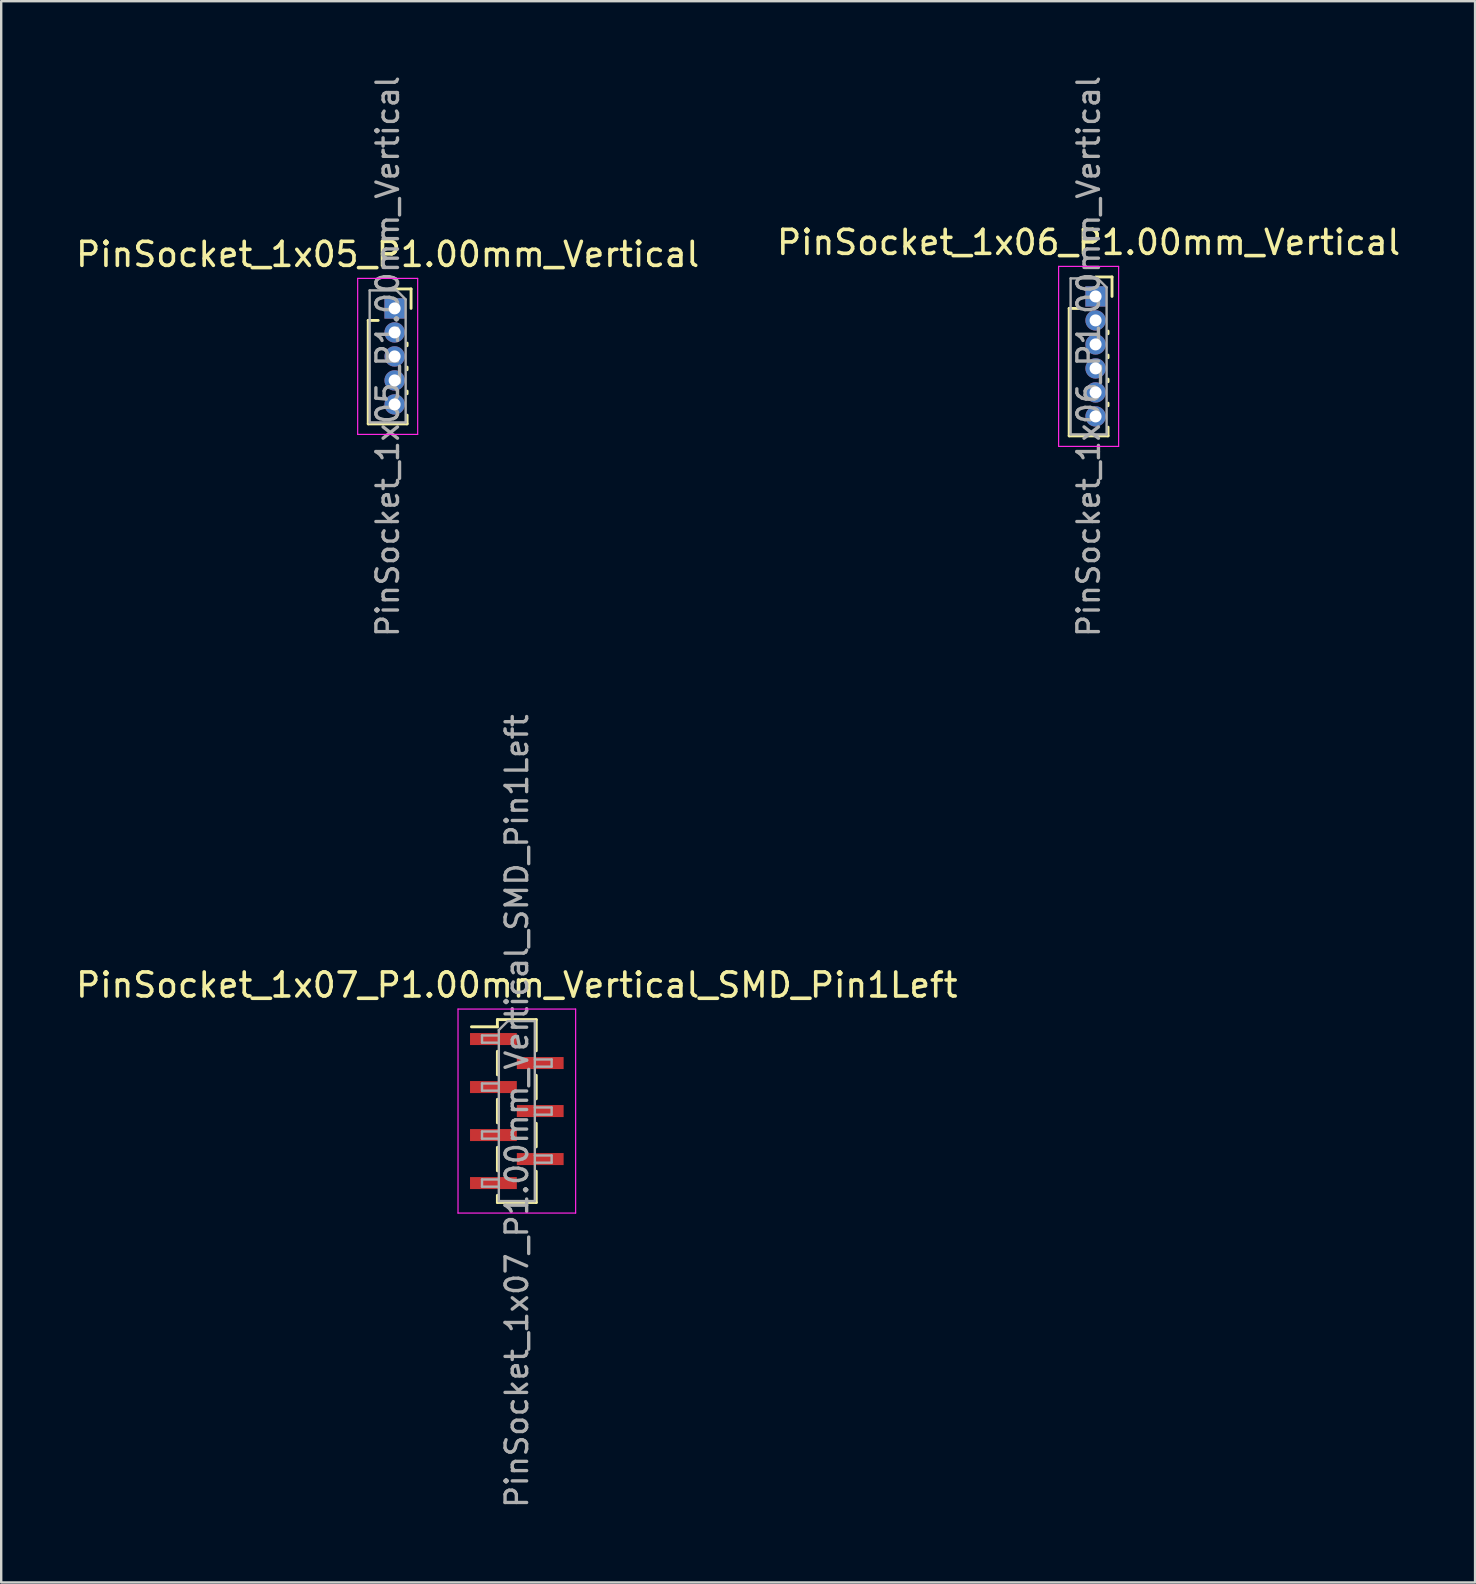
<source format=kicad_pcb>
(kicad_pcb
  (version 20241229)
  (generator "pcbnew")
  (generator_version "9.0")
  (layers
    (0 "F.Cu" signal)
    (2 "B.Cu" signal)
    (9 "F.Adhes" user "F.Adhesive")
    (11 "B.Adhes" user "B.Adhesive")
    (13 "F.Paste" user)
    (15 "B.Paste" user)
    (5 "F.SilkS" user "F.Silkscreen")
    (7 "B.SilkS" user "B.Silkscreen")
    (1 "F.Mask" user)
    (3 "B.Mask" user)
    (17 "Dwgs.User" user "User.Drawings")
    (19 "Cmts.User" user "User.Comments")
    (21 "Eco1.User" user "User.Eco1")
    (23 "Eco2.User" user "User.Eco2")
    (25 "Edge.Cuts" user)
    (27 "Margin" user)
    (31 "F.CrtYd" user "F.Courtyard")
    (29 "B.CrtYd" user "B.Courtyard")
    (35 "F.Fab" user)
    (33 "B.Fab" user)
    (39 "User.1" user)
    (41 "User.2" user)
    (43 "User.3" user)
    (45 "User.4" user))
  (footprint "PinSocket_1x06_P1.00mm_Vertical"
    (layer "F.Cu")
    (at 42.594 9.299)
    (property "Reference" "PinSocket_1x06_P1.00mm_Vertical" (at -0.29 -2.25 0) (layer "F.SilkS") (effects (font (size 1 1) (thickness 0.15))))
    (attr through_hole)
    (fp_line (start -1.1 0.5) (end -1.1 5.81) (stroke (width 0.12) (type solid)) (layer "F.SilkS"))
    (fp_line (start -1.1 0.5) (end -0.685 0.5) (stroke (width 0.12) (type solid)) (layer "F.SilkS"))
    (fp_line (start -1.1 5.81) (end 0.52 5.81) (stroke (width 0.12) (type solid)) (layer "F.SilkS"))
    (fp_line (start 0 -0.81) (end 0.685 -0.81) (stroke (width 0.12) (type solid)) (layer "F.SilkS"))
    (fp_line (start 0.52 1.446) (end 0.52 1.554) (stroke (width 0.12) (type solid)) (layer "F.SilkS"))
    (fp_line (start 0.52 2.446) (end 0.52 2.554) (stroke (width 0.12) (type solid)) (layer "F.SilkS"))
    (fp_line (start 0.52 3.446) (end 0.52 3.554) (stroke (width 0.12) (type solid)) (layer "F.SilkS"))
    (fp_line (start 0.52 4.446) (end 0.52 4.554) (stroke (width 0.12) (type solid)) (layer "F.SilkS"))
    (fp_line (start 0.52 5.446) (end 0.52 5.81) (stroke (width 0.12) (type solid)) (layer "F.SilkS"))
    (fp_line (start 0.685 -0.81) (end 0.685 0) (stroke (width 0.12) (type solid)) (layer "F.SilkS"))
    (fp_line (start -1.54 -1.25) (end 0.96 -1.25) (stroke (width 0.05) (type solid)) (layer "F.CrtYd"))
    (fp_line (start -1.54 6.25) (end -1.54 -1.25) (stroke (width 0.05) (type solid)) (layer "F.CrtYd"))
    (fp_line (start 0.96 -1.25) (end 0.96 6.25) (stroke (width 0.05) (type solid)) (layer "F.CrtYd"))
    (fp_line (start 0.96 6.25) (end -1.54 6.25) (stroke (width 0.05) (type solid)) (layer "F.CrtYd"))
    (fp_line (start -1.04 -0.75) (end 0.085 -0.75) (stroke (width 0.1) (type solid)) (layer "F.Fab"))
    (fp_line (start -1.04 5.75) (end -1.04 -0.75) (stroke (width 0.1) (type solid)) (layer "F.Fab"))
    (fp_line (start 0.085 -0.75) (end 0.46 -0.375) (stroke (width 0.1) (type solid)) (layer "F.Fab"))
    (fp_line (start 0.46 -0.375) (end 0.46 5.75) (stroke (width 0.1) (type solid)) (layer "F.Fab"))
    (fp_line (start 0.46 5.75) (end -1.04 5.75) (stroke (width 0.1) (type solid)) (layer "F.Fab"))
    (fp_text user "${REFERENCE}" (at -0.29 2.5 90) (layer "F.Fab") (effects (font (size 0.9 0.9) (thickness 0.14))))
    (pad "1" thru_hole rect (at 0 0) (size 0.85 0.85) (drill 0.5) (layers "*.Cu" "*.Mask"))
    (pad "2" thru_hole oval (at 0 1) (size 0.85 0.85) (drill 0.5) (layers "*.Cu" "*.Mask"))
    (pad "3" thru_hole oval (at 0 2) (size 0.85 0.85) (drill 0.5) (layers "*.Cu" "*.Mask"))
    (pad "4" thru_hole oval (at 0 3) (size 0.85 0.85) (drill 0.5) (layers "*.Cu" "*.Mask"))
    (pad "5" thru_hole oval (at 0 4) (size 0.85 0.85) (drill 0.5) (layers "*.Cu" "*.Mask"))
    (pad "6" thru_hole oval (at 0 5) (size 0.85 0.85) (drill 0.5) (layers "*.Cu" "*.Mask")))
  (footprint "PinSocket_1x07_P1.00mm_Vertical_SMD_Pin1Left"
    (layer "F.Cu")
    (at 18.482 43.239)
    (property "Reference" "PinSocket_1x07_P1.00mm_Vertical_SMD_Pin1Left" (at 0 -5.25 0) (layer "F.SilkS") (effects (font (size 1 1) (thickness 0.15))))
    (attr smd)
    (fp_line (start -1.89 -3.51) (end -0.81 -3.51) (stroke (width 0.12) (type solid)) (layer "F.SilkS"))
    (fp_line (start -0.81 -3.81) (end -0.81 -3.51) (stroke (width 0.12) (type solid)) (layer "F.SilkS"))
    (fp_line (start -0.81 -3.81) (end 0.81 -3.81) (stroke (width 0.12) (type solid)) (layer "F.SilkS"))
    (fp_line (start -0.81 -2.49) (end -0.81 -1.51) (stroke (width 0.12) (type solid)) (layer "F.SilkS"))
    (fp_line (start -0.81 -0.49) (end -0.81 0.49) (stroke (width 0.12) (type solid)) (layer "F.SilkS"))
    (fp_line (start -0.81 1.51) (end -0.81 2.49) (stroke (width 0.12) (type solid)) (layer "F.SilkS"))
    (fp_line (start -0.81 3.51) (end -0.81 3.81) (stroke (width 0.12) (type solid)) (layer "F.SilkS"))
    (fp_line (start -0.81 3.81) (end 0.81 3.81) (stroke (width 0.12) (type solid)) (layer "F.SilkS"))
    (fp_line (start 0.81 -3.81) (end 0.81 -2.51) (stroke (width 0.12) (type solid)) (layer "F.SilkS"))
    (fp_line (start 0.81 -1.49) (end 0.81 -0.51) (stroke (width 0.12) (type solid)) (layer "F.SilkS"))
    (fp_line (start 0.81 0.51) (end 0.81 1.49) (stroke (width 0.12) (type solid)) (layer "F.SilkS"))
    (fp_line (start 0.81 2.51) (end 0.81 3.81) (stroke (width 0.12) (type solid)) (layer "F.SilkS"))
    (fp_line (start -2.45 -4.25) (end 2.45 -4.25) (stroke (width 0.05) (type solid)) (layer "F.CrtYd"))
    (fp_line (start -2.45 4.25) (end -2.45 -4.25) (stroke (width 0.05) (type solid)) (layer "F.CrtYd"))
    (fp_line (start 2.45 -4.25) (end 2.45 4.25) (stroke (width 0.05) (type solid)) (layer "F.CrtYd"))
    (fp_line (start 2.45 4.25) (end -2.45 4.25) (stroke (width 0.05) (type solid)) (layer "F.CrtYd"))
    (fp_line (start -1.45 -3.15) (end -0.75 -3.15) (stroke (width 0.1) (type solid)) (layer "F.Fab"))
    (fp_line (start -1.45 -2.85) (end -1.45 -3.15) (stroke (width 0.1) (type solid)) (layer "F.Fab"))
    (fp_line (start -1.45 -1.15) (end -0.75 -1.15) (stroke (width 0.1) (type solid)) (layer "F.Fab"))
    (fp_line (start -1.45 -0.85) (end -1.45 -1.15) (stroke (width 0.1) (type solid)) (layer "F.Fab"))
    (fp_line (start -1.45 0.85) (end -0.75 0.85) (stroke (width 0.1) (type solid)) (layer "F.Fab"))
    (fp_line (start -1.45 1.15) (end -1.45 0.85) (stroke (width 0.1) (type solid)) (layer "F.Fab"))
    (fp_line (start -1.45 2.85) (end -0.75 2.85) (stroke (width 0.1) (type solid)) (layer "F.Fab"))
    (fp_line (start -1.45 3.15) (end -1.45 2.85) (stroke (width 0.1) (type solid)) (layer "F.Fab"))
    (fp_line (start -0.75 -3.375) (end -0.375 -3.75) (stroke (width 0.1) (type solid)) (layer "F.Fab"))
    (fp_line (start -0.75 -2.85) (end -1.45 -2.85) (stroke (width 0.1) (type solid)) (layer "F.Fab"))
    (fp_line (start -0.75 -0.85) (end -1.45 -0.85) (stroke (width 0.1) (type solid)) (layer "F.Fab"))
    (fp_line (start -0.75 1.15) (end -1.45 1.15) (stroke (width 0.1) (type solid)) (layer "F.Fab"))
    (fp_line (start -0.75 3.15) (end -1.45 3.15) (stroke (width 0.1) (type solid)) (layer "F.Fab"))
    (fp_line (start -0.75 3.75) (end -0.75 -3.375) (stroke (width 0.1) (type solid)) (layer "F.Fab"))
    (fp_line (start -0.375 -3.75) (end 0.75 -3.75) (stroke (width 0.1) (type solid)) (layer "F.Fab"))
    (fp_line (start 0.75 -3.75) (end 0.75 3.75) (stroke (width 0.1) (type solid)) (layer "F.Fab"))
    (fp_line (start 0.75 -2.15) (end 1.45 -2.15) (stroke (width 0.1) (type solid)) (layer "F.Fab"))
    (fp_line (start 0.75 -0.15) (end 1.45 -0.15) (stroke (width 0.1) (type solid)) (layer "F.Fab"))
    (fp_line (start 0.75 1.85) (end 1.45 1.85) (stroke (width 0.1) (type solid)) (layer "F.Fab"))
    (fp_line (start 0.75 3.75) (end -0.75 3.75) (stroke (width 0.1) (type solid)) (layer "F.Fab"))
    (fp_line (start 1.45 -2.15) (end 1.45 -1.85) (stroke (width 0.1) (type solid)) (layer "F.Fab"))
    (fp_line (start 1.45 -1.85) (end 0.75 -1.85) (stroke (width 0.1) (type solid)) (layer "F.Fab"))
    (fp_line (start 1.45 -0.15) (end 1.45 0.15) (stroke (width 0.1) (type solid)) (layer "F.Fab"))
    (fp_line (start 1.45 0.15) (end 0.75 0.15) (stroke (width 0.1) (type solid)) (layer "F.Fab"))
    (fp_line (start 1.45 1.85) (end 1.45 2.15) (stroke (width 0.1) (type solid)) (layer "F.Fab"))
    (fp_line (start 1.45 2.15) (end 0.75 2.15) (stroke (width 0.1) (type solid)) (layer "F.Fab"))
    (fp_text user "${REFERENCE}" (at 0 0 90) (layer "F.Fab") (effects (font (size 0.9 0.9) (thickness 0.14))))
    (pad "1" smd rect (at -0.975 -3) (size 1.95 0.5) (layers "F.Cu" "F.Mask" "F.Paste"))
    (pad "2" smd rect (at 0.975 -2) (size 1.95 0.5) (layers "F.Cu" "F.Mask" "F.Paste"))
    (pad "3" smd rect (at -0.975 -1) (size 1.95 0.5) (layers "F.Cu" "F.Mask" "F.Paste"))
    (pad "4" smd rect (at 0.975 0) (size 1.95 0.5) (layers "F.Cu" "F.Mask" "F.Paste"))
    (pad "5" smd rect (at -0.975 1) (size 1.95 0.5) (layers "F.Cu" "F.Mask" "F.Paste"))
    (pad "6" smd rect (at 0.975 2) (size 1.95 0.5) (layers "F.Cu" "F.Mask" "F.Paste"))
    (pad "7" smd rect (at -0.975 3) (size 1.95 0.5) (layers "F.Cu" "F.Mask" "F.Paste")))
  (footprint "PinSocket_1x05_P1.00mm_Vertical"
    (layer "F.Cu")
    (at 13.391 9.799)
    (property "Reference" "PinSocket_1x05_P1.00mm_Vertical" (at -0.29 -2.25 0) (layer "F.SilkS") (effects (font (size 1 1) (thickness 0.15))))
    (attr through_hole)
    (fp_line (start -1.1 0.5) (end -1.1 4.81) (stroke (width 0.12) (type solid)) (layer "F.SilkS"))
    (fp_line (start -1.1 0.5) (end -0.685 0.5) (stroke (width 0.12) (type solid)) (layer "F.SilkS"))
    (fp_line (start -1.1 4.81) (end 0.52 4.81) (stroke (width 0.12) (type solid)) (layer "F.SilkS"))
    (fp_line (start 0 -0.81) (end 0.685 -0.81) (stroke (width 0.12) (type solid)) (layer "F.SilkS"))
    (fp_line (start 0.52 1.446) (end 0.52 1.554) (stroke (width 0.12) (type solid)) (layer "F.SilkS"))
    (fp_line (start 0.52 2.446) (end 0.52 2.554) (stroke (width 0.12) (type solid)) (layer "F.SilkS"))
    (fp_line (start 0.52 3.446) (end 0.52 3.554) (stroke (width 0.12) (type solid)) (layer "F.SilkS"))
    (fp_line (start 0.52 4.446) (end 0.52 4.81) (stroke (width 0.12) (type solid)) (layer "F.SilkS"))
    (fp_line (start 0.685 -0.81) (end 0.685 0) (stroke (width 0.12) (type solid)) (layer "F.SilkS"))
    (fp_line (start -1.54 -1.25) (end 0.96 -1.25) (stroke (width 0.05) (type solid)) (layer "F.CrtYd"))
    (fp_line (start -1.54 5.25) (end -1.54 -1.25) (stroke (width 0.05) (type solid)) (layer "F.CrtYd"))
    (fp_line (start 0.96 -1.25) (end 0.96 5.25) (stroke (width 0.05) (type solid)) (layer "F.CrtYd"))
    (fp_line (start 0.96 5.25) (end -1.54 5.25) (stroke (width 0.05) (type solid)) (layer "F.CrtYd"))
    (fp_line (start -1.04 -0.75) (end 0.085 -0.75) (stroke (width 0.1) (type solid)) (layer "F.Fab"))
    (fp_line (start -1.04 4.75) (end -1.04 -0.75) (stroke (width 0.1) (type solid)) (layer "F.Fab"))
    (fp_line (start 0.085 -0.75) (end 0.46 -0.375) (stroke (width 0.1) (type solid)) (layer "F.Fab"))
    (fp_line (start 0.46 -0.375) (end 0.46 4.75) (stroke (width 0.1) (type solid)) (layer "F.Fab"))
    (fp_line (start 0.46 4.75) (end -1.04 4.75) (stroke (width 0.1) (type solid)) (layer "F.Fab"))
    (fp_text user "${REFERENCE}" (at -0.29 2 90) (layer "F.Fab") (effects (font (size 0.9 0.9) (thickness 0.14))))
    (pad "1" thru_hole rect (at 0 0) (size 0.85 0.85) (drill 0.5) (layers "*.Cu" "*.Mask"))
    (pad "2" thru_hole oval (at 0 1) (size 0.85 0.85) (drill 0.5) (layers "*.Cu" "*.Mask"))
    (pad "3" thru_hole oval (at 0 2) (size 0.85 0.85) (drill 0.5) (layers "*.Cu" "*.Mask"))
    (pad "4" thru_hole oval (at 0 3) (size 0.85 0.85) (drill 0.5) (layers "*.Cu" "*.Mask"))
    (pad "5" thru_hole oval (at 0 4) (size 0.85 0.85) (drill 0.5) (layers "*.Cu" "*.Mask")))
  (gr_rect
    (start -3 -3)
    (end 58.405 62.88)
    (stroke (width 0.1) (type default))
    (fill no)
    (layer "Edge.Cuts")))
</source>
